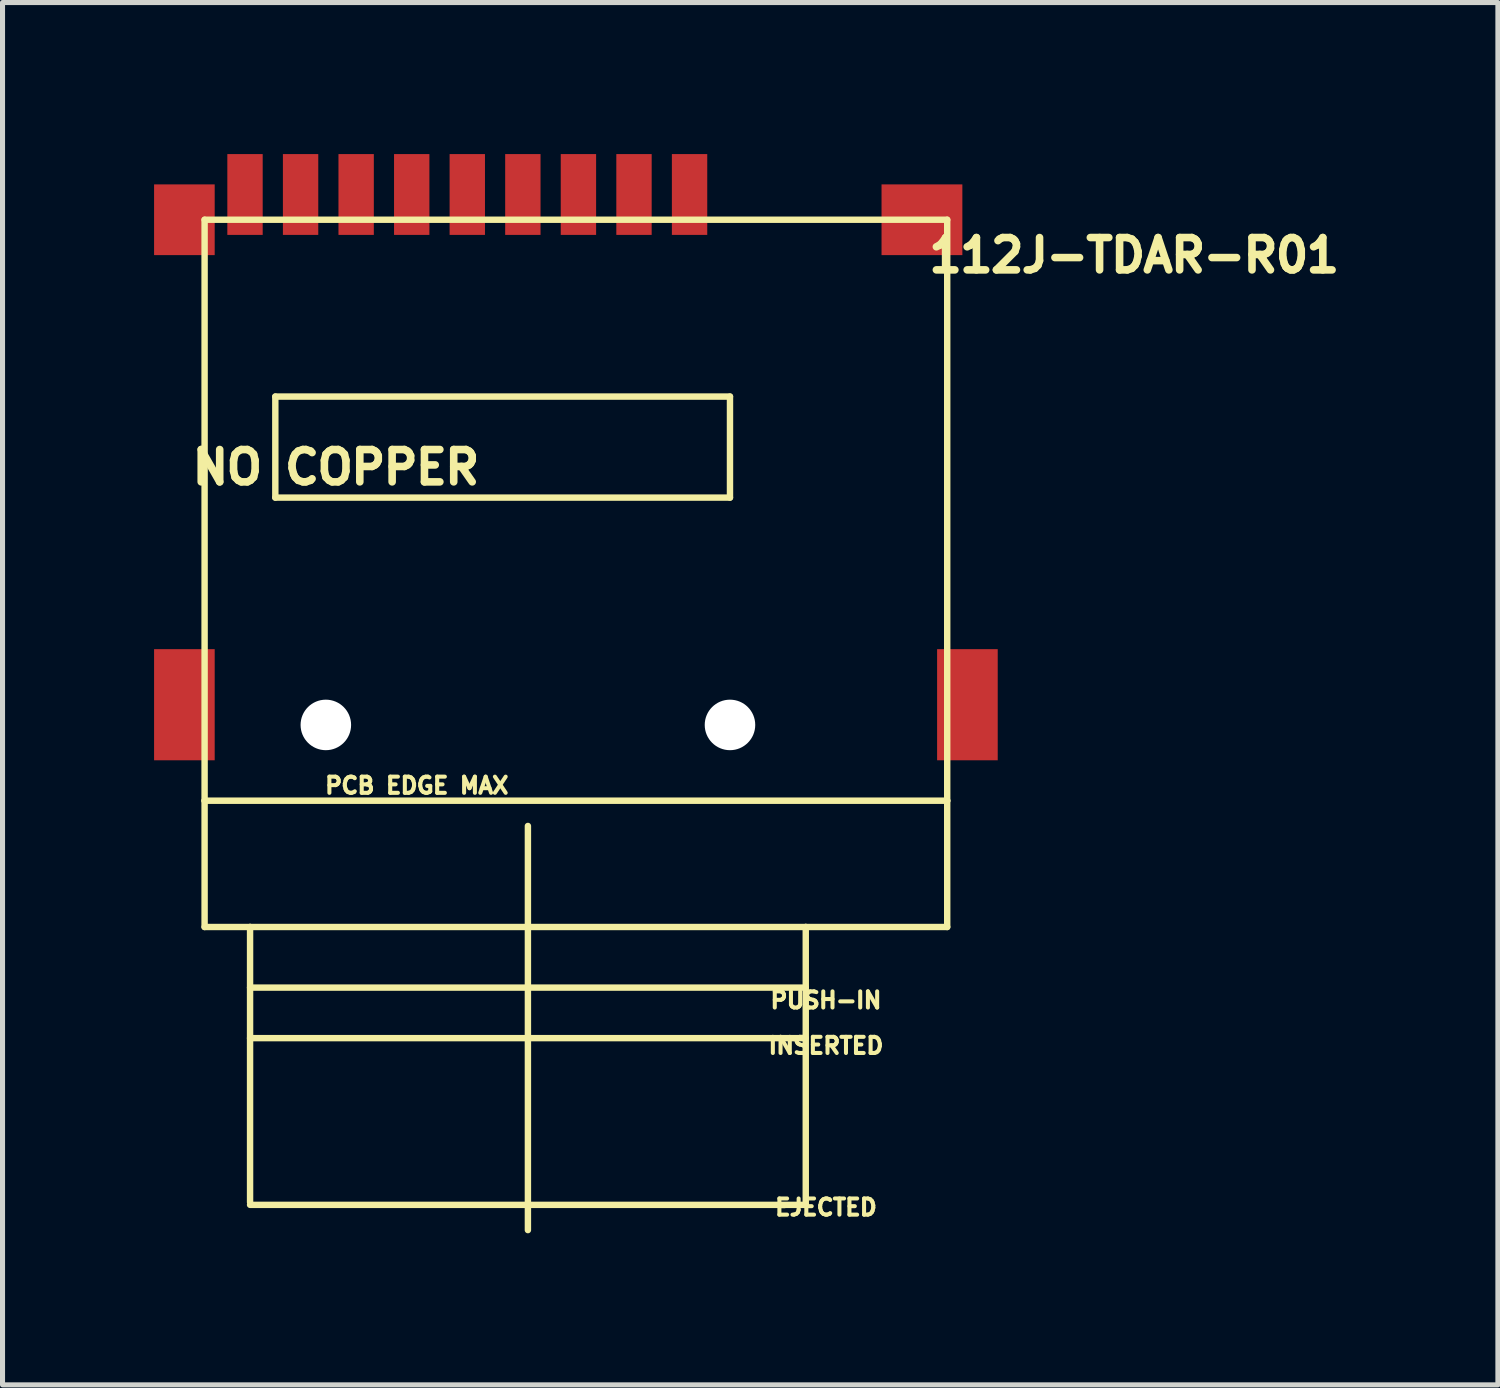
<source format=kicad_pcb>
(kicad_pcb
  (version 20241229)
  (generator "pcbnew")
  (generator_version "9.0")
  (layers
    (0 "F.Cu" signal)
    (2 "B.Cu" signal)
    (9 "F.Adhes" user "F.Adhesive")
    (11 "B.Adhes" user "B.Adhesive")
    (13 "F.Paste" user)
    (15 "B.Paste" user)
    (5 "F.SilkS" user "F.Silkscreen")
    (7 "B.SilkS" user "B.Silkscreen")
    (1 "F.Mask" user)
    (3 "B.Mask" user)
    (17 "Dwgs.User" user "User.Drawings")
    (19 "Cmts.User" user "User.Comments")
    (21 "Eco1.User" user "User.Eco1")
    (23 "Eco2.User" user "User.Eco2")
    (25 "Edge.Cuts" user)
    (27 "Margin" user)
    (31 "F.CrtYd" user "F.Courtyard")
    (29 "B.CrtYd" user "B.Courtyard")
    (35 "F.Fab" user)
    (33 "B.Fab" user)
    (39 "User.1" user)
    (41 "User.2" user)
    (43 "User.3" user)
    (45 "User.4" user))
  (footprint "112J-TDAR-R01"
    (layer "F.Cu")
    (at 3.4 11.3)
    (property "Reference" "112J-TDAR-R01" (at 16.002 -9.296 0) (layer "F.SilkS") (effects (font (size 0.64 0.64) (thickness 0.15))))
    (attr smd)
    (fp_line (start -2.4 -10) (end -2.4 1.5) (stroke (width 0.127) (type solid)) (layer "F.SilkS"))
    (fp_line (start -2.4 1.5) (end -2.4 4) (stroke (width 0.127) (type solid)) (layer "F.SilkS"))
    (fp_line (start -2.4 1.5) (end 12.3 1.5) (stroke (width 0.127) (type solid)) (layer "F.SilkS"))
    (fp_line (start -2.4 4) (end -1.5 4) (stroke (width 0.127) (type solid)) (layer "F.SilkS"))
    (fp_line (start -1.5 4) (end 9.5 4) (stroke (width 0.127) (type solid)) (layer "F.SilkS"))
    (fp_line (start -1.5 5.2) (end 9.5 5.2) (stroke (width 0.127) (type solid)) (layer "F.SilkS"))
    (fp_line (start -1.5 6.2) (end 9.5 6.2) (stroke (width 0.127) (type solid)) (layer "F.SilkS"))
    (fp_line (start -1.5 9.45) (end -1.5 4) (stroke (width 0.127) (type solid)) (layer "F.SilkS"))
    (fp_line (start -1.5 9.5) (end 9.5 9.5) (stroke (width 0.127) (type solid)) (layer "F.SilkS"))
    (fp_line (start -1 -6.5) (end -1 -4.5) (stroke (width 0.127) (type solid)) (layer "F.SilkS"))
    (fp_line (start -1 -4.5) (end 8 -4.5) (stroke (width 0.127) (type solid)) (layer "F.SilkS"))
    (fp_line (start 4 2) (end 4 10) (stroke (width 0.127) (type solid)) (layer "F.SilkS"))
    (fp_line (start 8 -6.5) (end -1 -6.5) (stroke (width 0.127) (type solid)) (layer "F.SilkS"))
    (fp_line (start 8 -4.5) (end 8 -6.5) (stroke (width 0.127) (type solid)) (layer "F.SilkS"))
    (fp_line (start 9.5 4) (end 12.3 4) (stroke (width 0.127) (type solid)) (layer "F.SilkS"))
    (fp_line (start 9.5 9.5) (end 9.5 4) (stroke (width 0.127) (type solid)) (layer "F.SilkS"))
    (fp_line (start 12.3 -10) (end -2.4 -10) (stroke (width 0.127) (type solid)) (layer "F.SilkS"))
    (fp_line (start 12.3 1.5) (end 12.3 -10) (stroke (width 0.127) (type solid)) (layer "F.SilkS"))
    (fp_line (start 12.3 4) (end 12.3 1.5) (stroke (width 0.127) (type solid)) (layer "F.SilkS"))
    (fp_text user "NO COPPER" (at 0.2 -5.1 0) (layer "F.SilkS") (effects (font (size 0.64 0.64) (thickness 0.15))))
    (fp_text user "PCB EDGE MAX" (at 1.8 1.2 0) (layer "F.SilkS") (effects (font (size 0.32 0.32) (thickness 0.15))))
    (fp_text user "PUSH-IN" (at 9.9 5.45 0) (layer "F.SilkS") (effects (font (size 0.32 0.32) (thickness 0.15))))
    (fp_text user "INSERTED" (at 9.9 6.35 0) (layer "F.SilkS") (effects (font (size 0.32 0.32) (thickness 0.15))))
    (fp_text user "EJECTED" (at 9.9 9.55 0) (layer "F.SilkS") (effects (font (size 0.32 0.32) (thickness 0.15))))
    (pad "" np_thru_hole circle (at 0 0) (size 1 1) (drill 1) (layers "*.Cu" "*.Mask"))
    (pad "" np_thru_hole circle (at 8 0) (size 1 1) (drill 1) (layers "*.Cu" "*.Mask"))
    (pad "1" smd rect (at 7.2 -10.5) (size 0.7 1.6) (layers "F.Cu" "F.Mask" "F.Paste"))
    (pad "2" smd rect (at 6.1 -10.5) (size 0.7 1.6) (layers "F.Cu" "F.Mask" "F.Paste"))
    (pad "3" smd rect (at 5 -10.5) (size 0.7 1.6) (layers "F.Cu" "F.Mask" "F.Paste"))
    (pad "4" smd rect (at 3.9 -10.5) (size 0.7 1.6) (layers "F.Cu" "F.Mask" "F.Paste"))
    (pad "5" smd rect (at 2.8 -10.5) (size 0.7 1.6) (layers "F.Cu" "F.Mask" "F.Paste"))
    (pad "6" smd rect (at 1.7 -10.5) (size 0.7 1.6) (layers "F.Cu" "F.Mask" "F.Paste"))
    (pad "7" smd rect (at 0.6 -10.5) (size 0.7 1.6) (layers "F.Cu" "F.Mask" "F.Paste"))
    (pad "8" smd rect (at -0.5 -10.5) (size 0.7 1.6) (layers "F.Cu" "F.Mask" "F.Paste"))
    (pad "CD" smd rect (at -1.6 -10.5) (size 0.7 1.6) (layers "F.Cu" "F.Mask" "F.Paste"))
    (pad "G" smd rect (at -2.8 -10) (size 1.2 1.4) (layers "F.Cu" "F.Mask" "F.Paste"))
    (pad "P$10" smd rect (at 11.8 -10) (size 1.6 1.4) (layers "F.Cu" "F.Mask" "F.Paste"))
    (pad "P$11" smd rect (at -2.8 -0.4) (size 1.2 2.2) (layers "F.Cu" "F.Mask" "F.Paste"))
    (pad "P$12" smd rect (at 12.7 -0.4) (size 1.2 2.2) (layers "F.Cu" "F.Mask" "F.Paste")))
  (gr_rect
    (start -3 -3)
    (end 26.601 24.363)
    (stroke (width 0.1) (type default))
    (fill no)
    (layer "Edge.Cuts")))
</source>
